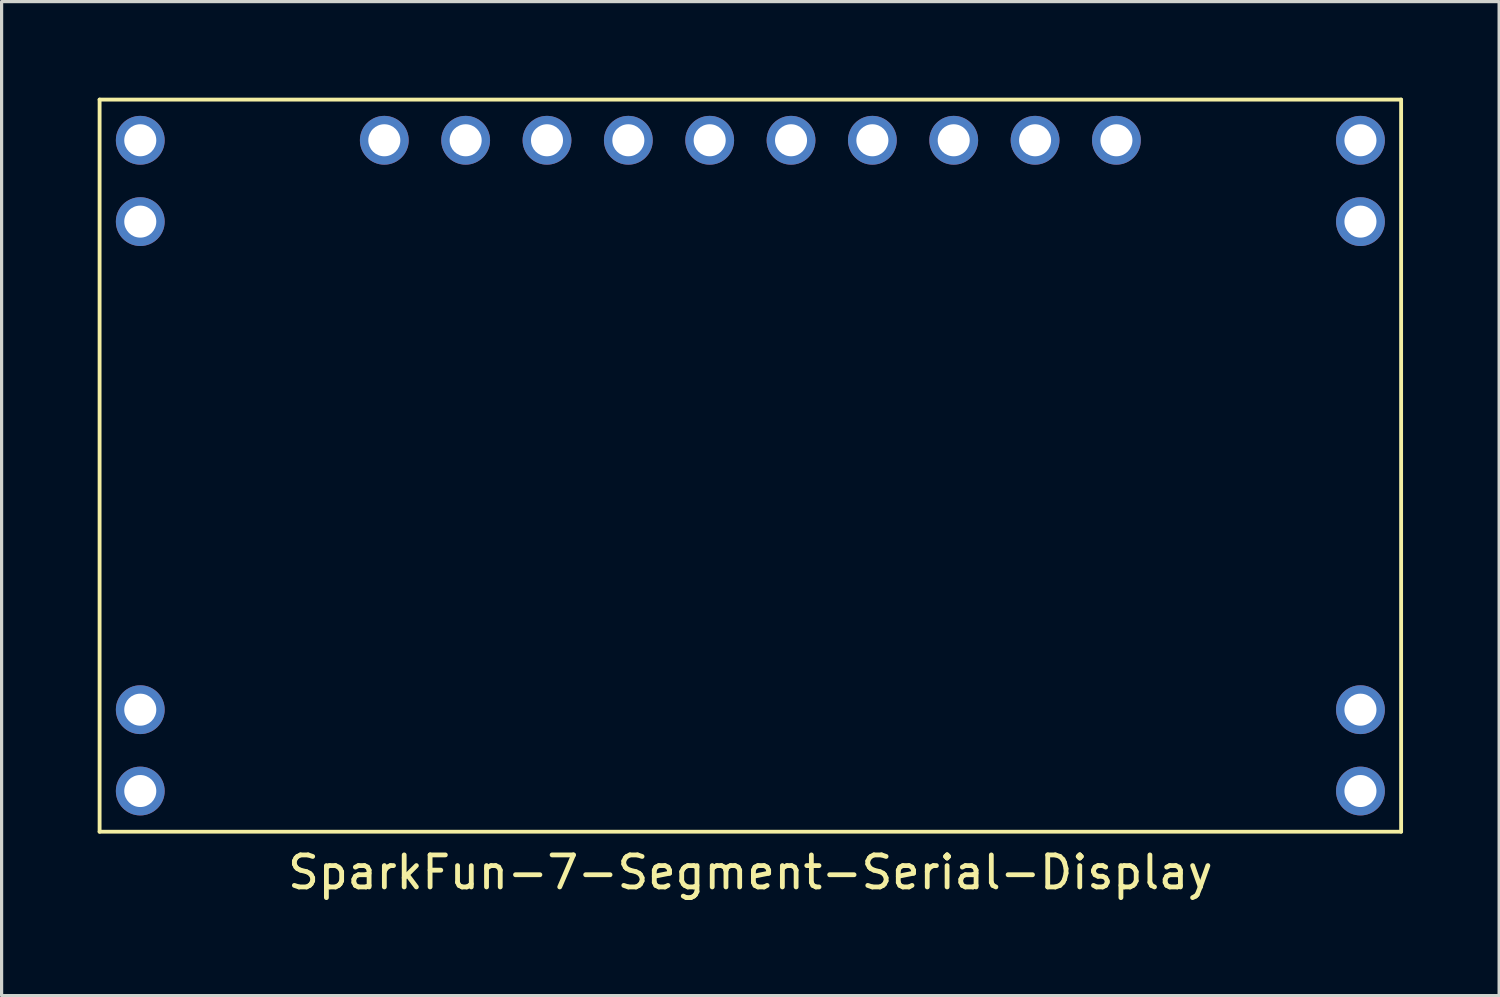
<source format=kicad_pcb>
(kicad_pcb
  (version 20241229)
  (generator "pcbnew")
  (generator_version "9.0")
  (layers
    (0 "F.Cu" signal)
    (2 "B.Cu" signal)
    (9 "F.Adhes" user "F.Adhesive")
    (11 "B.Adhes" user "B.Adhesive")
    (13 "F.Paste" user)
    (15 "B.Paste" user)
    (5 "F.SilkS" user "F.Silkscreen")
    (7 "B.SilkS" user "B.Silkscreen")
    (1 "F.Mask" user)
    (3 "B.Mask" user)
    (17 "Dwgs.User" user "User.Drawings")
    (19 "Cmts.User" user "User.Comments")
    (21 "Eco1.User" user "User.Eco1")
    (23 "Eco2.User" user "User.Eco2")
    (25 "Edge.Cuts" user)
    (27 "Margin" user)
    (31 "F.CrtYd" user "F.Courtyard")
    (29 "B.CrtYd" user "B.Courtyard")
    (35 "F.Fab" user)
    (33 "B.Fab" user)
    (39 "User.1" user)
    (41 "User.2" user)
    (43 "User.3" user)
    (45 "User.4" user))
  (footprint "SparkFun-7-Segment-Serial-Display"
    (layer "F.Cu")
    (at 1.33 1.33)
    (property "Reference" "SparkFun-7-Segment-Serial-Display" (at 19.05 22.86 0) (layer "F.SilkS") (effects (font (size 1 1) (thickness 0.15))))
    (attr through_hole)
    (fp_line (start -1.27 -1.27) (end -1.27 21.59) (stroke (width 0.12) (type solid)) (layer "F.SilkS"))
    (fp_line (start -1.27 21.59) (end 39.37 21.59) (stroke (width 0.12) (type solid)) (layer "F.SilkS"))
    (fp_line (start 39.37 -1.27) (end -1.27 -1.27) (stroke (width 0.12) (type solid)) (layer "F.SilkS"))
    (fp_line (start 39.37 21.59) (end 39.37 -1.27) (stroke (width 0.12) (type solid)) (layer "F.SilkS"))
    (pad "1" thru_hole circle (at 0 0) (size 1.524 1.524) (drill 1) (layers "*.Cu" "*.Mask"))
    (pad "2" thru_hole circle (at 0 2.54) (size 1.524 1.524) (drill 1) (layers "*.Cu" "*.Mask"))
    (pad "3" thru_hole circle (at 0 17.78) (size 1.524 1.524) (drill 1) (layers "*.Cu" "*.Mask"))
    (pad "4" thru_hole circle (at 0 20.32) (size 1.524 1.524) (drill 1) (layers "*.Cu" "*.Mask"))
    (pad "5" thru_hole circle (at 38.1 20.32) (size 1.524 1.524) (drill 1) (layers "*.Cu" "*.Mask"))
    (pad "6" thru_hole circle (at 38.1 17.78) (size 1.524 1.524) (drill 1) (layers "*.Cu" "*.Mask"))
    (pad "7" thru_hole circle (at 38.1 2.54) (size 1.524 1.524) (drill 1) (layers "*.Cu" "*.Mask"))
    (pad "8" thru_hole circle (at 38.1 0) (size 1.524 1.524) (drill 1) (layers "*.Cu" "*.Mask"))
    (pad "9" thru_hole circle (at 30.48 0) (size 1.524 1.524) (drill 1) (layers "*.Cu" "*.Mask"))
    (pad "10" thru_hole circle (at 27.94 0) (size 1.524 1.524) (drill 1) (layers "*.Cu" "*.Mask"))
    (pad "11" thru_hole circle (at 25.4 0) (size 1.524 1.524) (drill 1) (layers "*.Cu" "*.Mask"))
    (pad "12" thru_hole circle (at 22.86 0) (size 1.524 1.524) (drill 1) (layers "*.Cu" "*.Mask"))
    (pad "13" thru_hole circle (at 20.32 0) (size 1.524 1.524) (drill 1) (layers "*.Cu" "*.Mask"))
    (pad "14" thru_hole circle (at 17.78 0) (size 1.524 1.524) (drill 1) (layers "*.Cu" "*.Mask"))
    (pad "15" thru_hole circle (at 15.24 0) (size 1.524 1.524) (drill 1) (layers "*.Cu" "*.Mask"))
    (pad "16" thru_hole circle (at 12.7 0) (size 1.524 1.524) (drill 1) (layers "*.Cu" "*.Mask"))
    (pad "17" thru_hole circle (at 10.16 0) (size 1.524 1.524) (drill 1) (layers "*.Cu" "*.Mask"))
    (pad "18" thru_hole circle (at 7.62 0) (size 1.524 1.524) (drill 1) (layers "*.Cu" "*.Mask")))
  (gr_rect
    (start -3 -3)
    (end 43.76 28.038)
    (stroke (width 0.1) (type default))
    (fill no)
    (layer "Edge.Cuts")))
</source>
